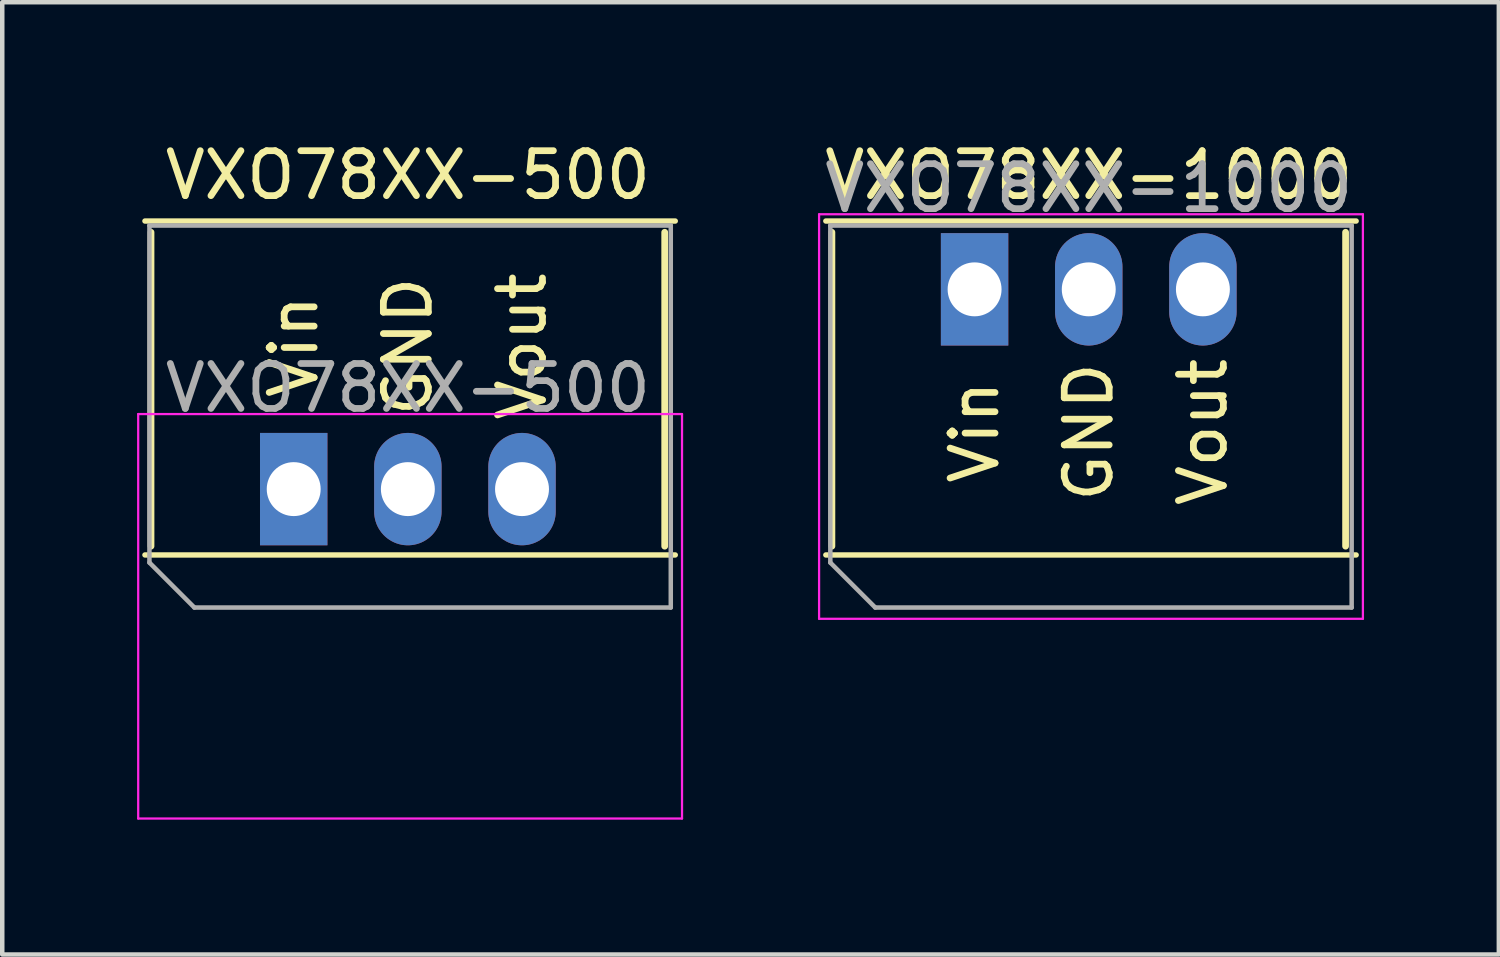
<source format=kicad_pcb>
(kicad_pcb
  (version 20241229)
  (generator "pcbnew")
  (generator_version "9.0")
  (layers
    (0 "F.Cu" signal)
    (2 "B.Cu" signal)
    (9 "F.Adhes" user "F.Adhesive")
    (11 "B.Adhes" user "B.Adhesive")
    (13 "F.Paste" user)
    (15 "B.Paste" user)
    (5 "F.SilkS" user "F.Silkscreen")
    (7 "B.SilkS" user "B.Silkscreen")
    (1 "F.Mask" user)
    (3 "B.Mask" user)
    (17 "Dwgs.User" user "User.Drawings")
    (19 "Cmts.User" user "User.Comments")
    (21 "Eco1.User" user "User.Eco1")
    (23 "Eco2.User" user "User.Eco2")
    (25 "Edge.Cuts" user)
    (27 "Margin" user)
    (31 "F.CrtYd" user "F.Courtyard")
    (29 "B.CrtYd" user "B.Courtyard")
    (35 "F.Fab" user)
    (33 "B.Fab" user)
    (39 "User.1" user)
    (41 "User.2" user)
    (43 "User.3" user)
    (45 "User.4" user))
  (footprint "VXO78XX-1000"
    (layer "F.Cu")
    (at 18.635 3.388)
    (property "Reference" "VXO78XX-1000" (at 2.54 -2.54 0) (layer "F.SilkS") (effects (font (size 1 1) (thickness 0.15))))
    (attr through_hole)
    (fp_line (start -3.31 5.91) (end 8.49 5.91) (stroke (width 0.12) (type solid)) (layer "F.SilkS"))
    (fp_line (start -3.175 -1.27) (end -3.175 5.715) (stroke (width 0.15) (type solid)) (layer "F.SilkS"))
    (fp_line (start 8.255 -1.27) (end 8.255 5.715) (stroke (width 0.15) (type solid)) (layer "F.SilkS"))
    (fp_line (start 8.49 -1.52) (end -3.31 -1.52) (stroke (width 0.12) (type solid)) (layer "F.SilkS"))
    (fp_line (start -3.46 -1.67) (end -3.46 7.33) (stroke (width 0.05) (type solid)) (layer "F.CrtYd"))
    (fp_line (start -3.46 7.33) (end 8.64 7.33) (stroke (width 0.05) (type solid)) (layer "F.CrtYd"))
    (fp_line (start 8.64 -1.67) (end -3.46 -1.67) (stroke (width 0.05) (type solid)) (layer "F.CrtYd"))
    (fp_line (start 8.64 7.33) (end 8.64 -1.67) (stroke (width 0.05) (type solid)) (layer "F.CrtYd"))
    (fp_line (start -3.21 -1.42) (end -3.21 6.08) (stroke (width 0.1) (type solid)) (layer "F.Fab"))
    (fp_line (start -3.21 6.08) (end -2.21 7.08) (stroke (width 0.1) (type solid)) (layer "F.Fab"))
    (fp_line (start -2.21 7.08) (end 8.39 7.08) (stroke (width 0.1) (type solid)) (layer "F.Fab"))
    (fp_line (start 8.39 -1.42) (end -3.21 -1.42) (stroke (width 0.1) (type solid)) (layer "F.Fab"))
    (fp_line (start 8.39 7.08) (end 8.39 -1.42) (stroke (width 0.1) (type solid)) (layer "F.Fab"))
    (fp_text user "Vin" (at 0 3.175 270) (layer "F.SilkS") (effects (font (size 1 1) (thickness 0.15))))
    (fp_text user "Vout" (at 5.08 3.175 90) (layer "F.SilkS") (effects (font (size 1 1) (thickness 0.15))))
    (fp_text user "GND" (at 2.54 3.175 90) (layer "F.SilkS") (effects (font (size 1 1) (thickness 0.15))))
    (fp_text user "${REFERENCE}" (at 2.54 -2.25 0) (layer "F.Fab") (effects (font (size 1 1) (thickness 0.15))))
    (pad "1" thru_hole rect (at 0 0) (size 1.5 2.5) (drill 1.2) (layers "*.Cu" "*.Mask"))
    (pad "2" thru_hole oval (at 2.54 0) (size 1.5 2.5) (drill 1.2) (layers "*.Cu" "*.Mask"))
    (pad "3" thru_hole oval (at 5.08 0) (size 1.5 2.5) (drill 1.2) (layers "*.Cu" "*.Mask")))
  (footprint "VXO78XX-500"
    (layer "F.Cu")
    (at 3.485 7.833)
    (property "Reference" "VXO78XX-500" (at 2.54 -6.985 0) (layer "F.SilkS") (effects (font (size 1 1) (thickness 0.15))))
    (attr through_hole)
    (fp_line (start -3.31 1.465) (end 8.49 1.465) (stroke (width 0.12) (type solid)) (layer "F.SilkS"))
    (fp_line (start -3.175 -5.715) (end -3.175 1.27) (stroke (width 0.15) (type solid)) (layer "F.SilkS"))
    (fp_line (start 8.255 -5.715) (end 8.255 1.27) (stroke (width 0.15) (type solid)) (layer "F.SilkS"))
    (fp_line (start 8.49 -5.965) (end -3.31 -5.965) (stroke (width 0.12) (type solid)) (layer "F.SilkS"))
    (fp_line (start -3.46 -1.67) (end -3.46 7.33) (stroke (width 0.05) (type solid)) (layer "F.CrtYd"))
    (fp_line (start -3.46 7.33) (end 8.64 7.33) (stroke (width 0.05) (type solid)) (layer "F.CrtYd"))
    (fp_line (start 8.64 -1.67) (end -3.46 -1.67) (stroke (width 0.05) (type solid)) (layer "F.CrtYd"))
    (fp_line (start 8.64 7.33) (end 8.64 -1.67) (stroke (width 0.05) (type solid)) (layer "F.CrtYd"))
    (fp_line (start -3.21 -5.865) (end -3.21 1.635) (stroke (width 0.1) (type solid)) (layer "F.Fab"))
    (fp_line (start -3.21 1.635) (end -2.21 2.635) (stroke (width 0.1) (type solid)) (layer "F.Fab"))
    (fp_line (start -2.21 2.635) (end 8.39 2.635) (stroke (width 0.1) (type solid)) (layer "F.Fab"))
    (fp_line (start 8.39 -5.865) (end -3.21 -5.865) (stroke (width 0.1) (type solid)) (layer "F.Fab"))
    (fp_line (start 8.39 2.635) (end 8.39 -5.865) (stroke (width 0.1) (type solid)) (layer "F.Fab"))
    (fp_text user "Vout" (at 5.08 -3.175 90) (layer "F.SilkS") (effects (font (size 1 1) (thickness 0.15))))
    (fp_text user "GND" (at 2.54 -3.175 90) (layer "F.SilkS") (effects (font (size 1 1) (thickness 0.15))))
    (fp_text user "Vin" (at 0 -3.175 90) (layer "F.SilkS") (effects (font (size 1 1) (thickness 0.15))))
    (fp_text user "${REFERENCE}" (at 2.54 -2.25 0) (layer "F.Fab") (effects (font (size 1 1) (thickness 0.15))))
    (pad "1" thru_hole rect (at 0 0) (size 1.5 2.5) (drill 1.2) (layers "*.Cu" "*.Mask"))
    (pad "2" thru_hole oval (at 2.54 0) (size 1.5 2.5) (drill 1.2) (layers "*.Cu" "*.Mask"))
    (pad "3" thru_hole oval (at 5.08 0) (size 1.5 2.5) (drill 1.2) (layers "*.Cu" "*.Mask")))
  (gr_rect
    (start -3 -3)
    (end 30.3 18.188)
    (stroke (width 0.1) (type default))
    (fill no)
    (layer "Edge.Cuts")))
</source>
